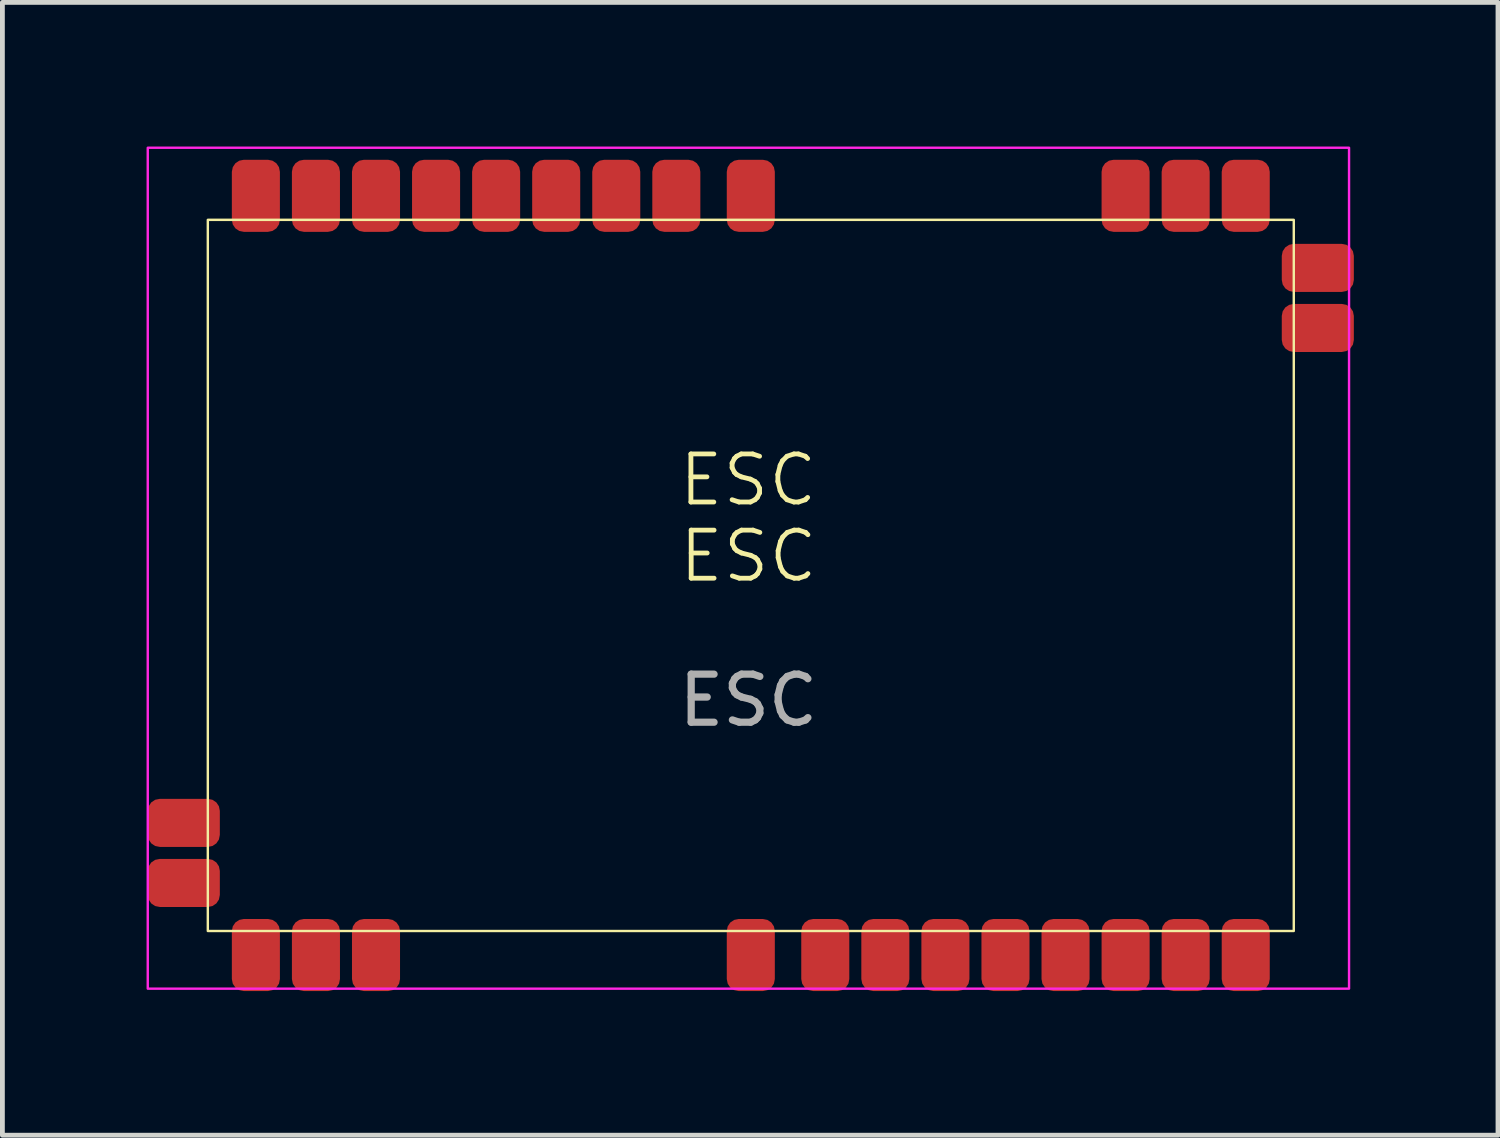
<source format=kicad_pcb>
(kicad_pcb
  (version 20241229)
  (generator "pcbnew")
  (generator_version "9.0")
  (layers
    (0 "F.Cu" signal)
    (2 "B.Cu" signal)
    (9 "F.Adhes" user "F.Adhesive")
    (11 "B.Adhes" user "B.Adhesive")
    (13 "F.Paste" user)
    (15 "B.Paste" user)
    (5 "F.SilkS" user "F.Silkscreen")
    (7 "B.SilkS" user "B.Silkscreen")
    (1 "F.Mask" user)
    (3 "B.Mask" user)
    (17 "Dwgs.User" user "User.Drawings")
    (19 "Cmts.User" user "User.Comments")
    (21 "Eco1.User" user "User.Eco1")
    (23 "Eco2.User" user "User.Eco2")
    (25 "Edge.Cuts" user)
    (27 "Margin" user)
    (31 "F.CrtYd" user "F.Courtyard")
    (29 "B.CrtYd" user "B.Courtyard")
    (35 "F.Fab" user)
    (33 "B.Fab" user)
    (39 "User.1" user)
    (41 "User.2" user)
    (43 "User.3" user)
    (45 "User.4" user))
  (footprint "ESC"
    (layer "F.Cu")
    (at 12.525 9.025)
    (property "Reference" "ESC" (at 0 -0.5 0) (unlocked yes) (layer "F.SilkS") (effects (font (size 1 1) (thickness 0.1))))
    (attr smd)
    (fp_rect (start -11.25 -7.5) (end 11.35 7.3) (stroke (width 0.05) (type solid)) (fill no) (layer "F.SilkS"))
    (fp_rect (start -12.5 -9) (end 12.5 8.5) (stroke (width 0.05) (type solid)) (fill no) (layer "F.CrtYd"))
    (fp_text user "ESC" (at -1.5 -1.5 0) (unlocked yes) (layer "F.SilkS") (effects (font (size 1 1) (thickness 0.1)) (justify left bottom)))
    (fp_text user "${REFERENCE}" (at 0 2.5 0) (unlocked yes) (layer "F.Fab") (effects (font (size 1 1) (thickness 0.15))))
    (pad "1" smd roundrect (at -10.25 -8 90) (size 1.5 1) (layers "F.Cu" "F.Mask" "F.Paste") (roundrect_rratio 0.25))
    (pad "2" smd roundrect (at -9 -8 90) (size 1.5 1) (layers "F.Cu" "F.Mask" "F.Paste") (roundrect_rratio 0.25))
    (pad "3" smd roundrect (at -7.75 -8 90) (size 1.5 1) (layers "F.Cu" "F.Mask" "F.Paste") (roundrect_rratio 0.25))
    (pad "3.3V" smd roundrect (at -9 7.8 90) (size 1.5 1) (layers "F.Cu" "F.Mask" "F.Paste") (roundrect_rratio 0.25))
    (pad "3.3V" smd roundrect (at 9.1 -8 90) (size 1.5 1) (layers "F.Cu" "F.Mask" "F.Paste") (roundrect_rratio 0.25))
    (pad "4" smd roundrect (at -6.5 -8 90) (size 1.5 1) (layers "F.Cu" "F.Mask" "F.Paste") (roundrect_rratio 0.25))
    (pad "5" smd roundrect (at -5.25 -8 90) (size 1.5 1) (layers "F.Cu" "F.Mask" "F.Paste") (roundrect_rratio 0.25))
    (pad "6" smd roundrect (at -4 -8 90) (size 1.5 1) (layers "F.Cu" "F.Mask" "F.Paste") (roundrect_rratio 0.25))
    (pad "7" smd roundrect (at -2.75 -8 90) (size 1.5 1) (layers "F.Cu" "F.Mask" "F.Paste") (roundrect_rratio 0.25))
    (pad "8" smd roundrect (at -1.5 -8 90) (size 1.5 1) (layers "F.Cu" "F.Mask" "F.Paste") (roundrect_rratio 0.25))
    (pad "9" smd roundrect (at 0.05 -8 90) (size 1.5 1) (layers "F.Cu" "F.Mask" "F.Paste") (roundrect_rratio 0.25))
    (pad "10" smd roundrect (at 0.05 7.8 90) (size 1.5 1) (layers "F.Cu" "F.Mask" "F.Paste") (roundrect_rratio 0.25))
    (pad "11" smd roundrect (at 1.6 7.8 90) (size 1.5 1) (layers "F.Cu" "F.Mask" "F.Paste") (roundrect_rratio 0.25))
    (pad "12" smd roundrect (at 2.85 7.8 90) (size 1.5 1) (layers "F.Cu" "F.Mask" "F.Paste") (roundrect_rratio 0.25))
    (pad "13" smd roundrect (at 4.1 7.8 90) (size 1.5 1) (layers "F.Cu" "F.Mask" "F.Paste") (roundrect_rratio 0.25))
    (pad "14" smd roundrect (at 5.35 7.8 90) (size 1.5 1) (layers "F.Cu" "F.Mask" "F.Paste") (roundrect_rratio 0.25))
    (pad "15" smd roundrect (at 6.6 7.8 90) (size 1.5 1) (layers "F.Cu" "F.Mask" "F.Paste") (roundrect_rratio 0.25))
    (pad "16" smd roundrect (at 7.85 7.8 90) (size 1.5 1) (layers "F.Cu" "F.Mask" "F.Paste") (roundrect_rratio 0.25))
    (pad "17" smd roundrect (at 9.1 7.8 90) (size 1.5 1) (layers "F.Cu" "F.Mask" "F.Paste") (roundrect_rratio 0.25))
    (pad "18" smd roundrect (at 10.35 7.8 90) (size 1.5 1) (layers "F.Cu" "F.Mask" "F.Paste") (roundrect_rratio 0.25))
    (pad "GND" smd roundrect (at -11.75 5.05) (size 1.5 1) (layers "F.Cu" "F.Mask" "F.Paste") (roundrect_rratio 0.25))
    (pad "GND" smd roundrect (at -11.75 6.3) (size 1.5 1) (layers "F.Cu" "F.Mask" "F.Paste") (roundrect_rratio 0.25))
    (pad "GND" smd roundrect (at 11.85 -6.5) (size 1.5 1) (layers "F.Cu" "F.Mask" "F.Paste") (roundrect_rratio 0.25))
    (pad "GND" smd roundrect (at 11.85 -5.25) (size 1.5 1) (layers "F.Cu" "F.Mask" "F.Paste") (roundrect_rratio 0.25))
    (pad "VDD" smd roundrect (at -10.25 7.8 90) (size 1.5 1) (layers "F.Cu" "F.Mask" "F.Paste") (roundrect_rratio 0.25))
    (pad "VDD" smd roundrect (at 7.85 -8 90) (size 1.5 1) (layers "F.Cu" "F.Mask" "F.Paste") (roundrect_rratio 0.25))
    (pad "VDrive" smd roundrect (at -7.75 7.8 90) (size 1.5 1) (layers "F.Cu" "F.Mask" "F.Paste") (roundrect_rratio 0.25))
    (pad "VDrive" smd roundrect (at 10.35 -8 90) (size 1.5 1) (layers "F.Cu" "F.Mask" "F.Paste") (roundrect_rratio 0.25)))
  (gr_rect
    (start -3 -3)
    (end 28.125 20.575)
    (stroke (width 0.1) (type default))
    (fill no)
    (layer "Edge.Cuts")))
</source>
